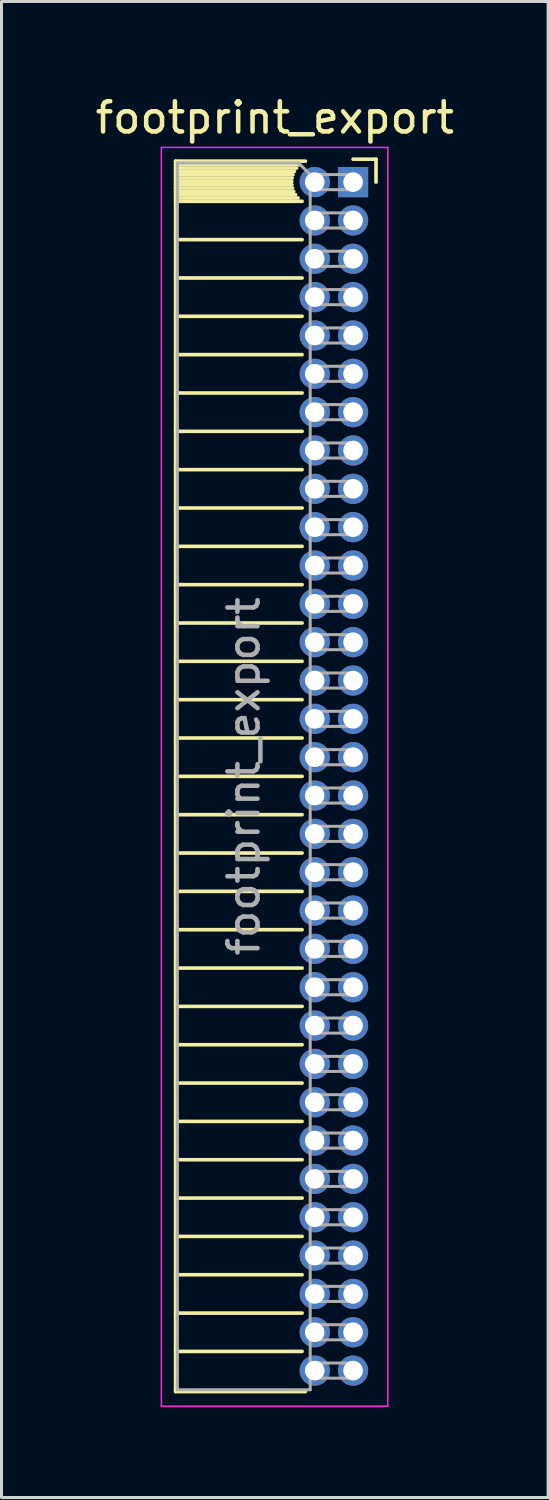
<source format=kicad_pcb>
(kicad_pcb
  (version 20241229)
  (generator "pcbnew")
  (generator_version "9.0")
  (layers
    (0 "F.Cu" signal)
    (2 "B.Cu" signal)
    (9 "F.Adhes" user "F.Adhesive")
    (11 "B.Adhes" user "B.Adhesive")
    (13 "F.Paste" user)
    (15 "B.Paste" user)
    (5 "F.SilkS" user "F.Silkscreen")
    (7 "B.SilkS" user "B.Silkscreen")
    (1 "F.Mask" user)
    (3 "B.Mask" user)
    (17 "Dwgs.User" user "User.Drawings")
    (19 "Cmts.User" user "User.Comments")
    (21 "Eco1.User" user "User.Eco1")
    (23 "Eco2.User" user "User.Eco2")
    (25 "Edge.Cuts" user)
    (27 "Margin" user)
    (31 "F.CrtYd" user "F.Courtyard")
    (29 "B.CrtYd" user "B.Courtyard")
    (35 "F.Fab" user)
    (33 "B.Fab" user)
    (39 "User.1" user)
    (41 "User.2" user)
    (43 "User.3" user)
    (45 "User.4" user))
  (footprint "footprint_export"
    (layer "F.Cu")
    (at 8.646 2.983)
    (property "Reference" "footprint_export" (at -2.592 -2.135 0) (layer "F.SilkS") (effects (font (size 1 1) (thickness 0.15))))
    (attr through_hole)
    (fp_line (start -5.88 -0.695) (end -5.88 40.065) (stroke (width 0.12) (type solid)) (layer "F.SilkS"))
    (fp_line (start -5.88 -0.695) (end -1.578 -0.695) (stroke (width 0.12) (type solid)) (layer "F.SilkS"))
    (fp_line (start -5.88 -0.575) (end -1.767 -0.575) (stroke (width 0.12) (type solid)) (layer "F.SilkS"))
    (fp_line (start -5.88 -0.465) (end -1.871 -0.465) (stroke (width 0.12) (type solid)) (layer "F.SilkS"))
    (fp_line (start -5.88 -0.355) (end -1.942 -0.355) (stroke (width 0.12) (type solid)) (layer "F.SilkS"))
    (fp_line (start -5.88 -0.245) (end -1.989 -0.245) (stroke (width 0.12) (type solid)) (layer "F.SilkS"))
    (fp_line (start -5.88 -0.135) (end -2.018 -0.135) (stroke (width 0.12) (type solid)) (layer "F.SilkS"))
    (fp_line (start -5.88 -0.025) (end -2.03 -0.025) (stroke (width 0.12) (type solid)) (layer "F.SilkS"))
    (fp_line (start -5.88 0.085) (end -2.025 0.085) (stroke (width 0.12) (type solid)) (layer "F.SilkS"))
    (fp_line (start -5.88 0.195) (end -2.005 0.195) (stroke (width 0.12) (type solid)) (layer "F.SilkS"))
    (fp_line (start -5.88 0.305) (end -1.966 0.305) (stroke (width 0.12) (type solid)) (layer "F.SilkS"))
    (fp_line (start -5.88 0.415) (end -1.907 0.415) (stroke (width 0.12) (type solid)) (layer "F.SilkS"))
    (fp_line (start -5.88 0.525) (end -1.82 0.525) (stroke (width 0.12) (type solid)) (layer "F.SilkS"))
    (fp_line (start -5.88 0.635) (end -1.688 0.635) (stroke (width 0.12) (type solid)) (layer "F.SilkS"))
    (fp_line (start -5.88 1.905) (end -1.688 1.905) (stroke (width 0.12) (type solid)) (layer "F.SilkS"))
    (fp_line (start -5.88 3.175) (end -1.688 3.175) (stroke (width 0.12) (type solid)) (layer "F.SilkS"))
    (fp_line (start -5.88 4.445) (end -1.688 4.445) (stroke (width 0.12) (type solid)) (layer "F.SilkS"))
    (fp_line (start -5.88 5.715) (end -1.688 5.715) (stroke (width 0.12) (type solid)) (layer "F.SilkS"))
    (fp_line (start -5.88 6.985) (end -1.688 6.985) (stroke (width 0.12) (type solid)) (layer "F.SilkS"))
    (fp_line (start -5.88 8.255) (end -1.688 8.255) (stroke (width 0.12) (type solid)) (layer "F.SilkS"))
    (fp_line (start -5.88 9.525) (end -1.688 9.525) (stroke (width 0.12) (type solid)) (layer "F.SilkS"))
    (fp_line (start -5.88 10.795) (end -1.688 10.795) (stroke (width 0.12) (type solid)) (layer "F.SilkS"))
    (fp_line (start -5.88 12.065) (end -1.688 12.065) (stroke (width 0.12) (type solid)) (layer "F.SilkS"))
    (fp_line (start -5.88 13.335) (end -1.688 13.335) (stroke (width 0.12) (type solid)) (layer "F.SilkS"))
    (fp_line (start -5.88 14.605) (end -1.688 14.605) (stroke (width 0.12) (type solid)) (layer "F.SilkS"))
    (fp_line (start -5.88 15.875) (end -1.688 15.875) (stroke (width 0.12) (type solid)) (layer "F.SilkS"))
    (fp_line (start -5.88 17.145) (end -1.688 17.145) (stroke (width 0.12) (type solid)) (layer "F.SilkS"))
    (fp_line (start -5.88 18.415) (end -1.688 18.415) (stroke (width 0.12) (type solid)) (layer "F.SilkS"))
    (fp_line (start -5.88 19.685) (end -1.688 19.685) (stroke (width 0.12) (type solid)) (layer "F.SilkS"))
    (fp_line (start -5.88 20.955) (end -1.688 20.955) (stroke (width 0.12) (type solid)) (layer "F.SilkS"))
    (fp_line (start -5.88 22.225) (end -1.688 22.225) (stroke (width 0.12) (type solid)) (layer "F.SilkS"))
    (fp_line (start -5.88 23.495) (end -1.688 23.495) (stroke (width 0.12) (type solid)) (layer "F.SilkS"))
    (fp_line (start -5.88 24.765) (end -1.688 24.765) (stroke (width 0.12) (type solid)) (layer "F.SilkS"))
    (fp_line (start -5.88 26.035) (end -1.688 26.035) (stroke (width 0.12) (type solid)) (layer "F.SilkS"))
    (fp_line (start -5.88 27.305) (end -1.688 27.305) (stroke (width 0.12) (type solid)) (layer "F.SilkS"))
    (fp_line (start -5.88 28.575) (end -1.688 28.575) (stroke (width 0.12) (type solid)) (layer "F.SilkS"))
    (fp_line (start -5.88 29.845) (end -1.688 29.845) (stroke (width 0.12) (type solid)) (layer "F.SilkS"))
    (fp_line (start -5.88 31.115) (end -1.688 31.115) (stroke (width 0.12) (type solid)) (layer "F.SilkS"))
    (fp_line (start -5.88 32.385) (end -1.688 32.385) (stroke (width 0.12) (type solid)) (layer "F.SilkS"))
    (fp_line (start -5.88 33.655) (end -1.688 33.655) (stroke (width 0.12) (type solid)) (layer "F.SilkS"))
    (fp_line (start -5.88 34.925) (end -1.688 34.925) (stroke (width 0.12) (type solid)) (layer "F.SilkS"))
    (fp_line (start -5.88 36.195) (end -1.688 36.195) (stroke (width 0.12) (type solid)) (layer "F.SilkS"))
    (fp_line (start -5.88 37.465) (end -1.688 37.465) (stroke (width 0.12) (type solid)) (layer "F.SilkS"))
    (fp_line (start -5.88 38.735) (end -1.688 38.735) (stroke (width 0.12) (type solid)) (layer "F.SilkS"))
    (fp_line (start -5.88 40.065) (end -1.578 40.065) (stroke (width 0.12) (type solid)) (layer "F.SilkS"))
    (fp_line (start 0 -0.76) (end 0.76 -0.76) (stroke (width 0.12) (type solid)) (layer "F.SilkS"))
    (fp_line (start 0.76 -0.76) (end 0.76 0) (stroke (width 0.12) (type solid)) (layer "F.SilkS"))
    (fp_line (start -6.35 -1.15) (end -6.35 40.55) (stroke (width 0.05) (type solid)) (layer "F.CrtYd"))
    (fp_line (start -6.35 40.55) (end 1.15 40.55) (stroke (width 0.05) (type solid)) (layer "F.CrtYd"))
    (fp_line (start 1.15 -1.15) (end -6.35 -1.15) (stroke (width 0.05) (type solid)) (layer "F.CrtYd"))
    (fp_line (start 1.15 40.55) (end 1.15 -1.15) (stroke (width 0.05) (type solid)) (layer "F.CrtYd"))
    (fp_line (start -5.82 -0.635) (end -1.805 -0.635) (stroke (width 0.1) (type solid)) (layer "F.Fab"))
    (fp_line (start -5.82 40.005) (end -5.82 -0.635) (stroke (width 0.1) (type solid)) (layer "F.Fab"))
    (fp_line (start -1.805 -0.635) (end -1.42 -0.25) (stroke (width 0.1) (type solid)) (layer "F.Fab"))
    (fp_line (start -1.42 -0.25) (end -1.42 40.005) (stroke (width 0.1) (type solid)) (layer "F.Fab"))
    (fp_line (start -1.42 0.25) (end 0 0.25) (stroke (width 0.1) (type solid)) (layer "F.Fab"))
    (fp_line (start -1.42 1.52) (end 0 1.52) (stroke (width 0.1) (type solid)) (layer "F.Fab"))
    (fp_line (start -1.42 2.79) (end 0 2.79) (stroke (width 0.1) (type solid)) (layer "F.Fab"))
    (fp_line (start -1.42 4.06) (end 0 4.06) (stroke (width 0.1) (type solid)) (layer "F.Fab"))
    (fp_line (start -1.42 5.33) (end 0 5.33) (stroke (width 0.1) (type solid)) (layer "F.Fab"))
    (fp_line (start -1.42 6.6) (end 0 6.6) (stroke (width 0.1) (type solid)) (layer "F.Fab"))
    (fp_line (start -1.42 7.87) (end 0 7.87) (stroke (width 0.1) (type solid)) (layer "F.Fab"))
    (fp_line (start -1.42 9.14) (end 0 9.14) (stroke (width 0.1) (type solid)) (layer "F.Fab"))
    (fp_line (start -1.42 10.41) (end 0 10.41) (stroke (width 0.1) (type solid)) (layer "F.Fab"))
    (fp_line (start -1.42 11.68) (end 0 11.68) (stroke (width 0.1) (type solid)) (layer "F.Fab"))
    (fp_line (start -1.42 12.95) (end 0 12.95) (stroke (width 0.1) (type solid)) (layer "F.Fab"))
    (fp_line (start -1.42 14.22) (end 0 14.22) (stroke (width 0.1) (type solid)) (layer "F.Fab"))
    (fp_line (start -1.42 15.49) (end 0 15.49) (stroke (width 0.1) (type solid)) (layer "F.Fab"))
    (fp_line (start -1.42 16.76) (end 0 16.76) (stroke (width 0.1) (type solid)) (layer "F.Fab"))
    (fp_line (start -1.42 18.03) (end 0 18.03) (stroke (width 0.1) (type solid)) (layer "F.Fab"))
    (fp_line (start -1.42 19.3) (end 0 19.3) (stroke (width 0.1) (type solid)) (layer "F.Fab"))
    (fp_line (start -1.42 20.57) (end 0 20.57) (stroke (width 0.1) (type solid)) (layer "F.Fab"))
    (fp_line (start -1.42 21.84) (end 0 21.84) (stroke (width 0.1) (type solid)) (layer "F.Fab"))
    (fp_line (start -1.42 23.11) (end 0 23.11) (stroke (width 0.1) (type solid)) (layer "F.Fab"))
    (fp_line (start -1.42 24.38) (end 0 24.38) (stroke (width 0.1) (type solid)) (layer "F.Fab"))
    (fp_line (start -1.42 25.65) (end 0 25.65) (stroke (width 0.1) (type solid)) (layer "F.Fab"))
    (fp_line (start -1.42 26.92) (end 0 26.92) (stroke (width 0.1) (type solid)) (layer "F.Fab"))
    (fp_line (start -1.42 28.19) (end 0 28.19) (stroke (width 0.1) (type solid)) (layer "F.Fab"))
    (fp_line (start -1.42 29.46) (end 0 29.46) (stroke (width 0.1) (type solid)) (layer "F.Fab"))
    (fp_line (start -1.42 30.73) (end 0 30.73) (stroke (width 0.1) (type solid)) (layer "F.Fab"))
    (fp_line (start -1.42 32) (end 0 32) (stroke (width 0.1) (type solid)) (layer "F.Fab"))
    (fp_line (start -1.42 33.27) (end 0 33.27) (stroke (width 0.1) (type solid)) (layer "F.Fab"))
    (fp_line (start -1.42 34.54) (end 0 34.54) (stroke (width 0.1) (type solid)) (layer "F.Fab"))
    (fp_line (start -1.42 35.81) (end 0 35.81) (stroke (width 0.1) (type solid)) (layer "F.Fab"))
    (fp_line (start -1.42 37.08) (end 0 37.08) (stroke (width 0.1) (type solid)) (layer "F.Fab"))
    (fp_line (start -1.42 38.35) (end 0 38.35) (stroke (width 0.1) (type solid)) (layer "F.Fab"))
    (fp_line (start -1.42 39.62) (end 0 39.62) (stroke (width 0.1) (type solid)) (layer "F.Fab"))
    (fp_line (start -1.42 40.005) (end -5.82 40.005) (stroke (width 0.1) (type solid)) (layer "F.Fab"))
    (fp_line (start 0 -0.25) (end -1.42 -0.25) (stroke (width 0.1) (type solid)) (layer "F.Fab"))
    (fp_line (start 0 0.25) (end 0 -0.25) (stroke (width 0.1) (type solid)) (layer "F.Fab"))
    (fp_line (start 0 1.02) (end -1.42 1.02) (stroke (width 0.1) (type solid)) (layer "F.Fab"))
    (fp_line (start 0 1.52) (end 0 1.02) (stroke (width 0.1) (type solid)) (layer "F.Fab"))
    (fp_line (start 0 2.29) (end -1.42 2.29) (stroke (width 0.1) (type solid)) (layer "F.Fab"))
    (fp_line (start 0 2.79) (end 0 2.29) (stroke (width 0.1) (type solid)) (layer "F.Fab"))
    (fp_line (start 0 3.56) (end -1.42 3.56) (stroke (width 0.1) (type solid)) (layer "F.Fab"))
    (fp_line (start 0 4.06) (end 0 3.56) (stroke (width 0.1) (type solid)) (layer "F.Fab"))
    (fp_line (start 0 4.83) (end -1.42 4.83) (stroke (width 0.1) (type solid)) (layer "F.Fab"))
    (fp_line (start 0 5.33) (end 0 4.83) (stroke (width 0.1) (type solid)) (layer "F.Fab"))
    (fp_line (start 0 6.1) (end -1.42 6.1) (stroke (width 0.1) (type solid)) (layer "F.Fab"))
    (fp_line (start 0 6.6) (end 0 6.1) (stroke (width 0.1) (type solid)) (layer "F.Fab"))
    (fp_line (start 0 7.37) (end -1.42 7.37) (stroke (width 0.1) (type solid)) (layer "F.Fab"))
    (fp_line (start 0 7.87) (end 0 7.37) (stroke (width 0.1) (type solid)) (layer "F.Fab"))
    (fp_line (start 0 8.64) (end -1.42 8.64) (stroke (width 0.1) (type solid)) (layer "F.Fab"))
    (fp_line (start 0 9.14) (end 0 8.64) (stroke (width 0.1) (type solid)) (layer "F.Fab"))
    (fp_line (start 0 9.91) (end -1.42 9.91) (stroke (width 0.1) (type solid)) (layer "F.Fab"))
    (fp_line (start 0 10.41) (end 0 9.91) (stroke (width 0.1) (type solid)) (layer "F.Fab"))
    (fp_line (start 0 11.18) (end -1.42 11.18) (stroke (width 0.1) (type solid)) (layer "F.Fab"))
    (fp_line (start 0 11.68) (end 0 11.18) (stroke (width 0.1) (type solid)) (layer "F.Fab"))
    (fp_line (start 0 12.45) (end -1.42 12.45) (stroke (width 0.1) (type solid)) (layer "F.Fab"))
    (fp_line (start 0 12.95) (end 0 12.45) (stroke (width 0.1) (type solid)) (layer "F.Fab"))
    (fp_line (start 0 13.72) (end -1.42 13.72) (stroke (width 0.1) (type solid)) (layer "F.Fab"))
    (fp_line (start 0 14.22) (end 0 13.72) (stroke (width 0.1) (type solid)) (layer "F.Fab"))
    (fp_line (start 0 14.99) (end -1.42 14.99) (stroke (width 0.1) (type solid)) (layer "F.Fab"))
    (fp_line (start 0 15.49) (end 0 14.99) (stroke (width 0.1) (type solid)) (layer "F.Fab"))
    (fp_line (start 0 16.26) (end -1.42 16.26) (stroke (width 0.1) (type solid)) (layer "F.Fab"))
    (fp_line (start 0 16.76) (end 0 16.26) (stroke (width 0.1) (type solid)) (layer "F.Fab"))
    (fp_line (start 0 17.53) (end -1.42 17.53) (stroke (width 0.1) (type solid)) (layer "F.Fab"))
    (fp_line (start 0 18.03) (end 0 17.53) (stroke (width 0.1) (type solid)) (layer "F.Fab"))
    (fp_line (start 0 18.8) (end -1.42 18.8) (stroke (width 0.1) (type solid)) (layer "F.Fab"))
    (fp_line (start 0 19.3) (end 0 18.8) (stroke (width 0.1) (type solid)) (layer "F.Fab"))
    (fp_line (start 0 20.07) (end -1.42 20.07) (stroke (width 0.1) (type solid)) (layer "F.Fab"))
    (fp_line (start 0 20.57) (end 0 20.07) (stroke (width 0.1) (type solid)) (layer "F.Fab"))
    (fp_line (start 0 21.34) (end -1.42 21.34) (stroke (width 0.1) (type solid)) (layer "F.Fab"))
    (fp_line (start 0 21.84) (end 0 21.34) (stroke (width 0.1) (type solid)) (layer "F.Fab"))
    (fp_line (start 0 22.61) (end -1.42 22.61) (stroke (width 0.1) (type solid)) (layer "F.Fab"))
    (fp_line (start 0 23.11) (end 0 22.61) (stroke (width 0.1) (type solid)) (layer "F.Fab"))
    (fp_line (start 0 23.88) (end -1.42 23.88) (stroke (width 0.1) (type solid)) (layer "F.Fab"))
    (fp_line (start 0 24.38) (end 0 23.88) (stroke (width 0.1) (type solid)) (layer "F.Fab"))
    (fp_line (start 0 25.15) (end -1.42 25.15) (stroke (width 0.1) (type solid)) (layer "F.Fab"))
    (fp_line (start 0 25.65) (end 0 25.15) (stroke (width 0.1) (type solid)) (layer "F.Fab"))
    (fp_line (start 0 26.42) (end -1.42 26.42) (stroke (width 0.1) (type solid)) (layer "F.Fab"))
    (fp_line (start 0 26.92) (end 0 26.42) (stroke (width 0.1) (type solid)) (layer "F.Fab"))
    (fp_line (start 0 27.69) (end -1.42 27.69) (stroke (width 0.1) (type solid)) (layer "F.Fab"))
    (fp_line (start 0 28.19) (end 0 27.69) (stroke (width 0.1) (type solid)) (layer "F.Fab"))
    (fp_line (start 0 28.96) (end -1.42 28.96) (stroke (width 0.1) (type solid)) (layer "F.Fab"))
    (fp_line (start 0 29.46) (end 0 28.96) (stroke (width 0.1) (type solid)) (layer "F.Fab"))
    (fp_line (start 0 30.23) (end -1.42 30.23) (stroke (width 0.1) (type solid)) (layer "F.Fab"))
    (fp_line (start 0 30.73) (end 0 30.23) (stroke (width 0.1) (type solid)) (layer "F.Fab"))
    (fp_line (start 0 31.5) (end -1.42 31.5) (stroke (width 0.1) (type solid)) (layer "F.Fab"))
    (fp_line (start 0 32) (end 0 31.5) (stroke (width 0.1) (type solid)) (layer "F.Fab"))
    (fp_line (start 0 32.77) (end -1.42 32.77) (stroke (width 0.1) (type solid)) (layer "F.Fab"))
    (fp_line (start 0 33.27) (end 0 32.77) (stroke (width 0.1) (type solid)) (layer "F.Fab"))
    (fp_line (start 0 34.04) (end -1.42 34.04) (stroke (width 0.1) (type solid)) (layer "F.Fab"))
    (fp_line (start 0 34.54) (end 0 34.04) (stroke (width 0.1) (type solid)) (layer "F.Fab"))
    (fp_line (start 0 35.31) (end -1.42 35.31) (stroke (width 0.1) (type solid)) (layer "F.Fab"))
    (fp_line (start 0 35.81) (end 0 35.31) (stroke (width 0.1) (type solid)) (layer "F.Fab"))
    (fp_line (start 0 36.58) (end -1.42 36.58) (stroke (width 0.1) (type solid)) (layer "F.Fab"))
    (fp_line (start 0 37.08) (end 0 36.58) (stroke (width 0.1) (type solid)) (layer "F.Fab"))
    (fp_line (start 0 37.85) (end -1.42 37.85) (stroke (width 0.1) (type solid)) (layer "F.Fab"))
    (fp_line (start 0 38.35) (end 0 37.85) (stroke (width 0.1) (type solid)) (layer "F.Fab"))
    (fp_line (start 0 39.12) (end -1.42 39.12) (stroke (width 0.1) (type solid)) (layer "F.Fab"))
    (fp_line (start 0 39.62) (end 0 39.12) (stroke (width 0.1) (type solid)) (layer "F.Fab"))
    (fp_text user "${REFERENCE}" (at -3.62 19.685 90) (layer "F.Fab") (effects (font (size 1 1) (thickness 0.15))))
    (pad "1" thru_hole rect (at 0 0) (size 1 1) (drill 0.65) (layers "*.Cu" "*.Mask"))
    (pad "2" thru_hole oval (at -1.27 0) (size 1 1) (drill 0.65) (layers "*.Cu" "*.Mask"))
    (pad "3" thru_hole oval (at 0 1.27) (size 1 1) (drill 0.65) (layers "*.Cu" "*.Mask"))
    (pad "4" thru_hole oval (at -1.27 1.27) (size 1 1) (drill 0.65) (layers "*.Cu" "*.Mask"))
    (pad "5" thru_hole oval (at 0 2.54) (size 1 1) (drill 0.65) (layers "*.Cu" "*.Mask"))
    (pad "6" thru_hole oval (at -1.27 2.54) (size 1 1) (drill 0.65) (layers "*.Cu" "*.Mask"))
    (pad "7" thru_hole oval (at 0 3.81) (size 1 1) (drill 0.65) (layers "*.Cu" "*.Mask"))
    (pad "8" thru_hole oval (at -1.27 3.81) (size 1 1) (drill 0.65) (layers "*.Cu" "*.Mask"))
    (pad "9" thru_hole oval (at 0 5.08) (size 1 1) (drill 0.65) (layers "*.Cu" "*.Mask"))
    (pad "10" thru_hole oval (at -1.27 5.08) (size 1 1) (drill 0.65) (layers "*.Cu" "*.Mask"))
    (pad "11" thru_hole oval (at 0 6.35) (size 1 1) (drill 0.65) (layers "*.Cu" "*.Mask"))
    (pad "12" thru_hole oval (at -1.27 6.35) (size 1 1) (drill 0.65) (layers "*.Cu" "*.Mask"))
    (pad "13" thru_hole oval (at 0 7.62) (size 1 1) (drill 0.65) (layers "*.Cu" "*.Mask"))
    (pad "14" thru_hole oval (at -1.27 7.62) (size 1 1) (drill 0.65) (layers "*.Cu" "*.Mask"))
    (pad "15" thru_hole oval (at 0 8.89) (size 1 1) (drill 0.65) (layers "*.Cu" "*.Mask"))
    (pad "16" thru_hole oval (at -1.27 8.89) (size 1 1) (drill 0.65) (layers "*.Cu" "*.Mask"))
    (pad "17" thru_hole oval (at 0 10.16) (size 1 1) (drill 0.65) (layers "*.Cu" "*.Mask"))
    (pad "18" thru_hole oval (at -1.27 10.16) (size 1 1) (drill 0.65) (layers "*.Cu" "*.Mask"))
    (pad "19" thru_hole oval (at 0 11.43) (size 1 1) (drill 0.65) (layers "*.Cu" "*.Mask"))
    (pad "20" thru_hole oval (at -1.27 11.43) (size 1 1) (drill 0.65) (layers "*.Cu" "*.Mask"))
    (pad "21" thru_hole oval (at 0 12.7) (size 1 1) (drill 0.65) (layers "*.Cu" "*.Mask"))
    (pad "22" thru_hole oval (at -1.27 12.7) (size 1 1) (drill 0.65) (layers "*.Cu" "*.Mask"))
    (pad "23" thru_hole oval (at 0 13.97) (size 1 1) (drill 0.65) (layers "*.Cu" "*.Mask"))
    (pad "24" thru_hole oval (at -1.27 13.97) (size 1 1) (drill 0.65) (layers "*.Cu" "*.Mask"))
    (pad "25" thru_hole oval (at 0 15.24) (size 1 1) (drill 0.65) (layers "*.Cu" "*.Mask"))
    (pad "26" thru_hole oval (at -1.27 15.24) (size 1 1) (drill 0.65) (layers "*.Cu" "*.Mask"))
    (pad "27" thru_hole oval (at 0 16.51) (size 1 1) (drill 0.65) (layers "*.Cu" "*.Mask"))
    (pad "28" thru_hole oval (at -1.27 16.51) (size 1 1) (drill 0.65) (layers "*.Cu" "*.Mask"))
    (pad "29" thru_hole oval (at 0 17.78) (size 1 1) (drill 0.65) (layers "*.Cu" "*.Mask"))
    (pad "30" thru_hole oval (at -1.27 17.78) (size 1 1) (drill 0.65) (layers "*.Cu" "*.Mask"))
    (pad "31" thru_hole oval (at 0 19.05) (size 1 1) (drill 0.65) (layers "*.Cu" "*.Mask"))
    (pad "32" thru_hole oval (at -1.27 19.05) (size 1 1) (drill 0.65) (layers "*.Cu" "*.Mask"))
    (pad "33" thru_hole oval (at 0 20.32) (size 1 1) (drill 0.65) (layers "*.Cu" "*.Mask"))
    (pad "34" thru_hole oval (at -1.27 20.32) (size 1 1) (drill 0.65) (layers "*.Cu" "*.Mask"))
    (pad "35" thru_hole oval (at 0 21.59) (size 1 1) (drill 0.65) (layers "*.Cu" "*.Mask"))
    (pad "36" thru_hole oval (at -1.27 21.59) (size 1 1) (drill 0.65) (layers "*.Cu" "*.Mask"))
    (pad "37" thru_hole oval (at 0 22.86) (size 1 1) (drill 0.65) (layers "*.Cu" "*.Mask"))
    (pad "38" thru_hole oval (at -1.27 22.86) (size 1 1) (drill 0.65) (layers "*.Cu" "*.Mask"))
    (pad "39" thru_hole oval (at 0 24.13) (size 1 1) (drill 0.65) (layers "*.Cu" "*.Mask"))
    (pad "40" thru_hole oval (at -1.27 24.13) (size 1 1) (drill 0.65) (layers "*.Cu" "*.Mask"))
    (pad "41" thru_hole oval (at 0 25.4) (size 1 1) (drill 0.65) (layers "*.Cu" "*.Mask"))
    (pad "42" thru_hole oval (at -1.27 25.4) (size 1 1) (drill 0.65) (layers "*.Cu" "*.Mask"))
    (pad "43" thru_hole oval (at 0 26.67) (size 1 1) (drill 0.65) (layers "*.Cu" "*.Mask"))
    (pad "44" thru_hole oval (at -1.27 26.67) (size 1 1) (drill 0.65) (layers "*.Cu" "*.Mask"))
    (pad "45" thru_hole oval (at 0 27.94) (size 1 1) (drill 0.65) (layers "*.Cu" "*.Mask"))
    (pad "46" thru_hole oval (at -1.27 27.94) (size 1 1) (drill 0.65) (layers "*.Cu" "*.Mask"))
    (pad "47" thru_hole oval (at 0 29.21) (size 1 1) (drill 0.65) (layers "*.Cu" "*.Mask"))
    (pad "48" thru_hole oval (at -1.27 29.21) (size 1 1) (drill 0.65) (layers "*.Cu" "*.Mask"))
    (pad "49" thru_hole oval (at 0 30.48) (size 1 1) (drill 0.65) (layers "*.Cu" "*.Mask"))
    (pad "50" thru_hole oval (at -1.27 30.48) (size 1 1) (drill 0.65) (layers "*.Cu" "*.Mask"))
    (pad "51" thru_hole oval (at 0 31.75) (size 1 1) (drill 0.65) (layers "*.Cu" "*.Mask"))
    (pad "52" thru_hole oval (at -1.27 31.75) (size 1 1) (drill 0.65) (layers "*.Cu" "*.Mask"))
    (pad "53" thru_hole oval (at 0 33.02) (size 1 1) (drill 0.65) (layers "*.Cu" "*.Mask"))
    (pad "54" thru_hole oval (at -1.27 33.02) (size 1 1) (drill 0.65) (layers "*.Cu" "*.Mask"))
    (pad "55" thru_hole oval (at 0 34.29) (size 1 1) (drill 0.65) (layers "*.Cu" "*.Mask"))
    (pad "56" thru_hole oval (at -1.27 34.29) (size 1 1) (drill 0.65) (layers "*.Cu" "*.Mask"))
    (pad "57" thru_hole oval (at 0 35.56) (size 1 1) (drill 0.65) (layers "*.Cu" "*.Mask"))
    (pad "58" thru_hole oval (at -1.27 35.56) (size 1 1) (drill 0.65) (layers "*.Cu" "*.Mask"))
    (pad "59" thru_hole oval (at 0 36.83) (size 1 1) (drill 0.65) (layers "*.Cu" "*.Mask"))
    (pad "60" thru_hole oval (at -1.27 36.83) (size 1 1) (drill 0.65) (layers "*.Cu" "*.Mask"))
    (pad "61" thru_hole oval (at 0 38.1) (size 1 1) (drill 0.65) (layers "*.Cu" "*.Mask"))
    (pad "62" thru_hole oval (at -1.27 38.1) (size 1 1) (drill 0.65) (layers "*.Cu" "*.Mask"))
    (pad "63" thru_hole oval (at 0 39.37) (size 1 1) (drill 0.65) (layers "*.Cu" "*.Mask"))
    (pad "64" thru_hole oval (at -1.27 39.37) (size 1 1) (drill 0.65) (layers "*.Cu" "*.Mask")))
  (gr_rect
    (start -3 -3)
    (end 15.107 46.558)
    (stroke (width 0.1) (type default))
    (fill no)
    (layer "Edge.Cuts")))
</source>
